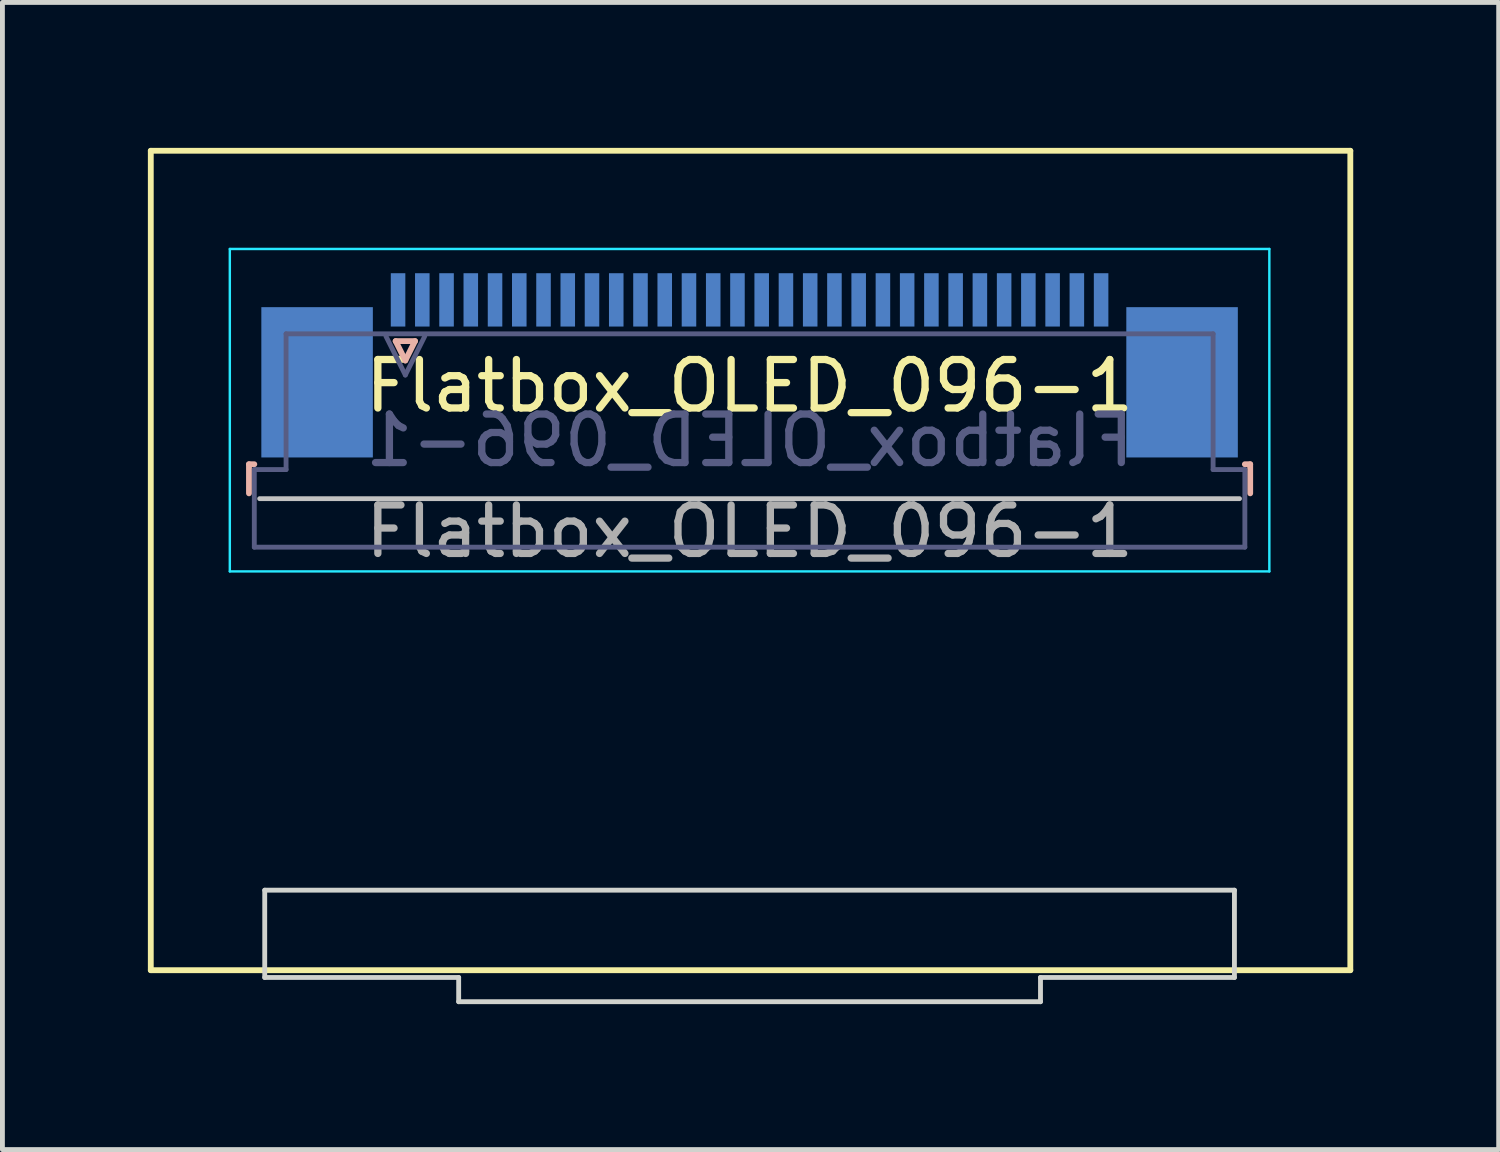
<source format=kicad_pcb>
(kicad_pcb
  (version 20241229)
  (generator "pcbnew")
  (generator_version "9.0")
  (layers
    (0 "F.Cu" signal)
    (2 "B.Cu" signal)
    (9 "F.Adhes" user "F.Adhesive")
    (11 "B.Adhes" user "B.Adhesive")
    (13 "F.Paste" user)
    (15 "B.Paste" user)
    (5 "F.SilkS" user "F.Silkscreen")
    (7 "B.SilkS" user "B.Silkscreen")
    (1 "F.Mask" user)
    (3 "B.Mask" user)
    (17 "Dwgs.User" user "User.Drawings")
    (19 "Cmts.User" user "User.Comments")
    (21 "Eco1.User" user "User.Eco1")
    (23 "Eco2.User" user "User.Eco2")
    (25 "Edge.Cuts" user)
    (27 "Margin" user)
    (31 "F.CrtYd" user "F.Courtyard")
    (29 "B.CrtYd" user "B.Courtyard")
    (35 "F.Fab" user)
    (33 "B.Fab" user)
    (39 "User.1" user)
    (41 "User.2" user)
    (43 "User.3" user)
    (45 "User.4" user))
  (footprint "Flatbox_OLED_096-1"
    (layer "F.Cu")
    (at 12.41 5.41)
    (property "Reference" "Flatbox_OLED_096-1" (at 0 -0.5 0) (unlocked yes) (layer "F.SilkS") (effects (font (size 1 1) (thickness 0.15))))
    (attr smd)
    (fp_line (start -12.35 -5.35) (end -12.35 11.55) (stroke (width 0.12) (type solid)) (layer "F.SilkS"))
    (fp_line (start -12.35 -5.35) (end 12.39 -5.35) (stroke (width 0.12) (type solid)) (layer "F.SilkS"))
    (fp_line (start -12.35 11.55) (end 12.39 11.55) (stroke (width 0.12) (type solid)) (layer "F.SilkS"))
    (fp_line (start 12.39 -5.35) (end 12.39 11.55) (stroke (width 0.12) (type solid)) (layer "F.SilkS"))
    (fp_line (start -10.325 1.115) (end -10.325 1.715) (stroke (width 0.12) (type solid)) (layer "B.SilkS"))
    (fp_line (start -10.215 1.115) (end -10.325 1.115) (stroke (width 0.12) (type solid)) (layer "B.SilkS"))
    (fp_line (start -7.3 -1.425) (end -6.9 -1.425) (stroke (width 0.12) (type solid)) (layer "B.SilkS"))
    (fp_line (start -7.1 -1.025) (end -7.3 -1.425) (stroke (width 0.12) (type solid)) (layer "B.SilkS"))
    (fp_line (start -6.9 -1.425) (end -7.1 -1.025) (stroke (width 0.12) (type solid)) (layer "B.SilkS"))
    (fp_line (start 10.215 1.115) (end 10.325 1.115) (stroke (width 0.12) (type solid)) (layer "B.SilkS"))
    (fp_line (start 10.325 1.115) (end 10.325 1.715) (stroke (width 0.12) (type solid)) (layer "B.SilkS"))
    (fp_line (start -10.105 1.825) (end 10.105 1.825) (stroke (width 0.1) (type solid)) (layer "Dwgs.User"))
    (fp_line (start -10 9.9) (end -10 11.7) (stroke (width 0.1) (type default)) (layer "Edge.Cuts"))
    (fp_line (start -10 9.9) (end 10 9.9) (stroke (width 0.1) (type default)) (layer "Edge.Cuts"))
    (fp_line (start -6 11.7) (end -10 11.7) (stroke (width 0.1) (type default)) (layer "Edge.Cuts"))
    (fp_line (start -6 11.7) (end -6 12.2) (stroke (width 0.1) (type default)) (layer "Edge.Cuts"))
    (fp_line (start -6 12.2) (end 6 12.2) (stroke (width 0.1) (type default)) (layer "Edge.Cuts"))
    (fp_line (start 6 12.2) (end 6 11.7) (stroke (width 0.1) (type default)) (layer "Edge.Cuts"))
    (fp_line (start 10 9.9) (end 10 11.7) (stroke (width 0.1) (type default)) (layer "Edge.Cuts"))
    (fp_line (start 10 11.7) (end 6 11.7) (stroke (width 0.1) (type default)) (layer "Edge.Cuts"))
    (fp_line (start -10.72 -3.325) (end 10.72 -3.325) (stroke (width 0.05) (type solid)) (layer "B.CrtYd"))
    (fp_line (start -10.72 3.325) (end -10.72 -3.325) (stroke (width 0.05) (type solid)) (layer "B.CrtYd"))
    (fp_line (start 10.72 -3.325) (end 10.72 3.325) (stroke (width 0.05) (type solid)) (layer "B.CrtYd"))
    (fp_line (start 10.72 3.325) (end -10.72 3.325) (stroke (width 0.05) (type solid)) (layer "B.CrtYd"))
    (fp_line (start -10.215 1.225) (end -10.215 2.825) (stroke (width 0.1) (type solid)) (layer "B.Fab"))
    (fp_line (start -10.215 2.825) (end 10.215 2.825) (stroke (width 0.1) (type solid)) (layer "B.Fab"))
    (fp_line (start -9.56 -1.575) (end -9.56 1.225) (stroke (width 0.1) (type solid)) (layer "B.Fab"))
    (fp_line (start -9.56 1.225) (end -10.215 1.225) (stroke (width 0.1) (type solid)) (layer "B.Fab"))
    (fp_line (start -7.1 -0.725) (end -7.5 -1.525) (stroke (width 0.1) (type solid)) (layer "B.Fab"))
    (fp_line (start -6.7 -1.525) (end -7.1 -0.725) (stroke (width 0.1) (type solid)) (layer "B.Fab"))
    (fp_line (start 9.56 -1.575) (end -9.56 -1.575) (stroke (width 0.1) (type solid)) (layer "B.Fab"))
    (fp_line (start 9.56 1.225) (end 9.56 -1.575) (stroke (width 0.1) (type solid)) (layer "B.Fab"))
    (fp_line (start 10.215 1.225) (end 9.56 1.225) (stroke (width 0.1) (type solid)) (layer "B.Fab"))
    (fp_line (start 10.215 2.825) (end 10.215 1.225) (stroke (width 0.1) (type solid)) (layer "B.Fab"))
    (fp_text user "${REFERENCE}" (at 0 0.625 0) (layer "B.Fab") (effects (font (size 1 1) (thickness 0.15)) (justify mirror)))
    (fp_text user "${REFERENCE}" (at 0 2.5 0) (unlocked yes) (layer "F.Fab") (effects (font (size 1 1) (thickness 0.15))))
    (pad "1" smd rect (at -7.25 -2.275 180) (size 0.3 1.1) (layers "B.Cu" "B.Mask" "B.Paste"))
    (pad "2" smd rect (at -6.75 -2.275 180) (size 0.3 1.1) (layers "B.Cu" "B.Mask" "B.Paste"))
    (pad "3" smd rect (at -6.25 -2.275 180) (size 0.3 1.1) (layers "B.Cu" "B.Mask" "B.Paste"))
    (pad "4" smd rect (at -5.75 -2.275 180) (size 0.3 1.1) (layers "B.Cu" "B.Mask" "B.Paste"))
    (pad "5" smd rect (at -5.25 -2.275 180) (size 0.3 1.1) (layers "B.Cu" "B.Mask" "B.Paste"))
    (pad "6" smd rect (at -4.75 -2.275 180) (size 0.3 1.1) (layers "B.Cu" "B.Mask" "B.Paste"))
    (pad "7" smd rect (at -4.25 -2.275 180) (size 0.3 1.1) (layers "B.Cu" "B.Mask" "B.Paste"))
    (pad "8" smd rect (at -3.75 -2.275 180) (size 0.3 1.1) (layers "B.Cu" "B.Mask" "B.Paste"))
    (pad "9" smd rect (at -3.25 -2.275 180) (size 0.3 1.1) (layers "B.Cu" "B.Mask" "B.Paste"))
    (pad "10" smd rect (at -2.75 -2.275 180) (size 0.3 1.1) (layers "B.Cu" "B.Mask" "B.Paste"))
    (pad "11" smd rect (at -2.25 -2.275 180) (size 0.3 1.1) (layers "B.Cu" "B.Mask" "B.Paste"))
    (pad "12" smd rect (at -1.75 -2.275 180) (size 0.3 1.1) (layers "B.Cu" "B.Mask" "B.Paste"))
    (pad "13" smd rect (at -1.25 -2.275 180) (size 0.3 1.1) (layers "B.Cu" "B.Mask" "B.Paste"))
    (pad "14" smd rect (at -0.75 -2.275 180) (size 0.3 1.1) (layers "B.Cu" "B.Mask" "B.Paste"))
    (pad "15" smd rect (at -0.25 -2.275 180) (size 0.3 1.1) (layers "B.Cu" "B.Mask" "B.Paste"))
    (pad "16" smd rect (at 0.25 -2.275 180) (size 0.3 1.1) (layers "B.Cu" "B.Mask" "B.Paste"))
    (pad "17" smd rect (at 0.75 -2.275 180) (size 0.3 1.1) (layers "B.Cu" "B.Mask" "B.Paste"))
    (pad "18" smd rect (at 1.25 -2.275 180) (size 0.3 1.1) (layers "B.Cu" "B.Mask" "B.Paste"))
    (pad "19" smd rect (at 1.75 -2.275 180) (size 0.3 1.1) (layers "B.Cu" "B.Mask" "B.Paste"))
    (pad "20" smd rect (at 2.25 -2.275 180) (size 0.3 1.1) (layers "B.Cu" "B.Mask" "B.Paste"))
    (pad "21" smd rect (at 2.75 -2.275 180) (size 0.3 1.1) (layers "B.Cu" "B.Mask" "B.Paste"))
    (pad "22" smd rect (at 3.25 -2.275 180) (size 0.3 1.1) (layers "B.Cu" "B.Mask" "B.Paste"))
    (pad "23" smd rect (at 3.75 -2.275 180) (size 0.3 1.1) (layers "B.Cu" "B.Mask" "B.Paste"))
    (pad "24" smd rect (at 4.25 -2.275 180) (size 0.3 1.1) (layers "B.Cu" "B.Mask" "B.Paste"))
    (pad "25" smd rect (at 4.75 -2.275 180) (size 0.3 1.1) (layers "B.Cu" "B.Mask" "B.Paste"))
    (pad "26" smd rect (at 5.25 -2.275 180) (size 0.3 1.1) (layers "B.Cu" "B.Mask" "B.Paste"))
    (pad "27" smd rect (at 5.75 -2.275 180) (size 0.3 1.1) (layers "B.Cu" "B.Mask" "B.Paste"))
    (pad "28" smd rect (at 6.25 -2.275 180) (size 0.3 1.1) (layers "B.Cu" "B.Mask" "B.Paste"))
    (pad "29" smd rect (at 6.75 -2.275 180) (size 0.3 1.1) (layers "B.Cu" "B.Mask" "B.Paste"))
    (pad "30" smd rect (at 7.25 -2.275 180) (size 0.3 1.1) (layers "B.Cu" "B.Mask" "B.Paste"))
    (pad "MP" smd rect (at -8.92 -0.575 180) (size 2.3 3.1) (layers "B.Cu" "B.Mask" "B.Paste"))
    (pad "MP" smd rect (at 8.92 -0.575 180) (size 2.3 3.1) (layers "B.Cu" "B.Mask" "B.Paste")))
  (gr_rect
    (start -3 -3)
    (end 27.86 20.66)
    (stroke (width 0.1) (type default))
    (fill no)
    (layer "Edge.Cuts")))
</source>
